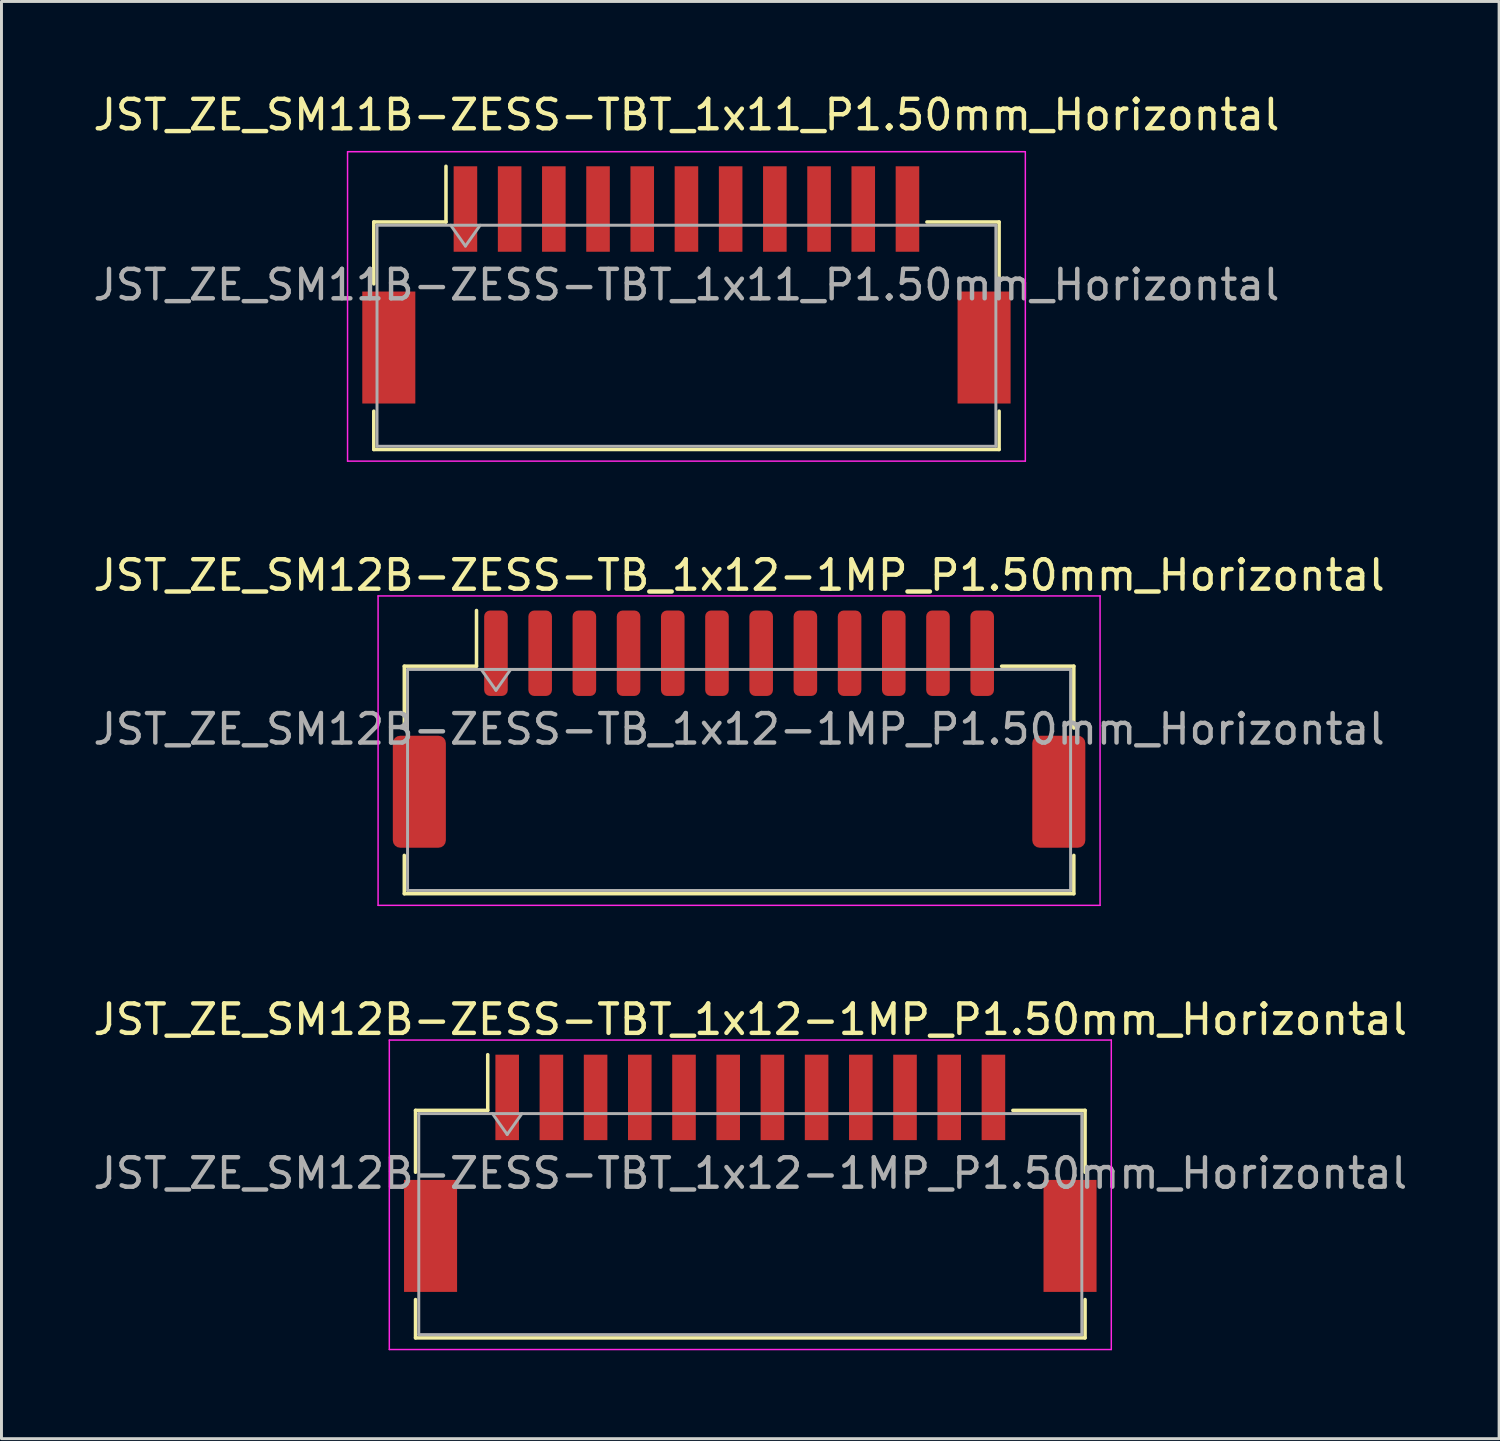
<source format=kicad_pcb>
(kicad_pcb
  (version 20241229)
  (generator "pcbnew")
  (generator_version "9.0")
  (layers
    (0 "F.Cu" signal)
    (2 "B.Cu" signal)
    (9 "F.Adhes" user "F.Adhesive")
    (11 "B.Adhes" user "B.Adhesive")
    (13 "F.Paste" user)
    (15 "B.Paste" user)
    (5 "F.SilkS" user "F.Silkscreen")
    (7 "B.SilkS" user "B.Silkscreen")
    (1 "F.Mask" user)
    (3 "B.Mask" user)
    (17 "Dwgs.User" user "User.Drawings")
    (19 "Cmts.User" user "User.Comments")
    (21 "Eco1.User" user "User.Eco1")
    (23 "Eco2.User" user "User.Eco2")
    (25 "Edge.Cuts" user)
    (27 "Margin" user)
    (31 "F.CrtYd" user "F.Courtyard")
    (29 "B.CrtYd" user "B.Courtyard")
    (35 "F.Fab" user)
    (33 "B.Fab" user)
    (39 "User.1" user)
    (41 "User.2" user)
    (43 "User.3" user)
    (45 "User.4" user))
  (footprint "JST_ZE_SM12B-ZESS-TB_1x12-1MP_P1.50mm_Horizontal"
    (layer "F.Cu")
    (at 22.03 21.692)
    (property "Reference" "JST_ZE_SM12B-ZESS-TB_1x12-1MP_P1.50mm_Horizontal" (at 0 -5.22 0) (layer "F.SilkS") (effects (font (size 1 1) (thickness 0.15))))
    (attr smd)
    (fp_line (start -11.36 -2.135) (end -8.91 -2.135) (stroke (width 0.12) (type solid)) (layer "F.SilkS"))
    (fp_line (start -11.36 -0.035) (end -11.36 -2.135) (stroke (width 0.12) (type solid)) (layer "F.SilkS"))
    (fp_line (start -11.36 4.285) (end -11.36 5.585) (stroke (width 0.12) (type solid)) (layer "F.SilkS"))
    (fp_line (start -11.36 5.585) (end 11.36 5.585) (stroke (width 0.12) (type solid)) (layer "F.SilkS"))
    (fp_line (start -8.91 -2.135) (end -8.91 -4.025) (stroke (width 0.12) (type solid)) (layer "F.SilkS"))
    (fp_line (start 11.36 -2.135) (end 8.91 -2.135) (stroke (width 0.12) (type solid)) (layer "F.SilkS"))
    (fp_line (start 11.36 -0.035) (end 11.36 -2.135) (stroke (width 0.12) (type solid)) (layer "F.SilkS"))
    (fp_line (start 11.36 5.585) (end 11.36 4.285) (stroke (width 0.12) (type solid)) (layer "F.SilkS"))
    (fp_line (start -12.25 -4.52) (end -12.25 5.98) (stroke (width 0.05) (type solid)) (layer "F.CrtYd"))
    (fp_line (start -12.25 5.98) (end 12.25 5.98) (stroke (width 0.05) (type solid)) (layer "F.CrtYd"))
    (fp_line (start 12.25 -4.52) (end -12.25 -4.52) (stroke (width 0.05) (type solid)) (layer "F.CrtYd"))
    (fp_line (start 12.25 5.98) (end 12.25 -4.52) (stroke (width 0.05) (type solid)) (layer "F.CrtYd"))
    (fp_line (start -11.25 -2.025) (end -11.25 5.475) (stroke (width 0.1) (type solid)) (layer "F.Fab"))
    (fp_line (start -11.25 -2.025) (end 11.25 -2.025) (stroke (width 0.1) (type solid)) (layer "F.Fab"))
    (fp_line (start -11.25 5.475) (end 11.25 5.475) (stroke (width 0.1) (type solid)) (layer "F.Fab"))
    (fp_line (start -8.75 -2.025) (end -8.25 -1.318) (stroke (width 0.1) (type solid)) (layer "F.Fab"))
    (fp_line (start -8.25 -1.318) (end -7.75 -2.025) (stroke (width 0.1) (type solid)) (layer "F.Fab"))
    (fp_line (start 11.25 -2.025) (end 11.25 5.475) (stroke (width 0.1) (type solid)) (layer "F.Fab"))
    (fp_text user "${REFERENCE}" (at 0 0 0) (layer "F.Fab") (effects (font (size 1 1) (thickness 0.15))))
    (pad "1" smd roundrect (at -8.25 -2.575) (size 0.8 2.9) (layers "F.Cu" "F.Mask" "F.Paste") (roundrect_rratio 0.25))
    (pad "2" smd roundrect (at -6.75 -2.575) (size 0.8 2.9) (layers "F.Cu" "F.Mask" "F.Paste") (roundrect_rratio 0.25))
    (pad "3" smd roundrect (at -5.25 -2.575) (size 0.8 2.9) (layers "F.Cu" "F.Mask" "F.Paste") (roundrect_rratio 0.25))
    (pad "4" smd roundrect (at -3.75 -2.575) (size 0.8 2.9) (layers "F.Cu" "F.Mask" "F.Paste") (roundrect_rratio 0.25))
    (pad "5" smd roundrect (at -2.25 -2.575) (size 0.8 2.9) (layers "F.Cu" "F.Mask" "F.Paste") (roundrect_rratio 0.25))
    (pad "6" smd roundrect (at -0.75 -2.575) (size 0.8 2.9) (layers "F.Cu" "F.Mask" "F.Paste") (roundrect_rratio 0.25))
    (pad "7" smd roundrect (at 0.75 -2.575) (size 0.8 2.9) (layers "F.Cu" "F.Mask" "F.Paste") (roundrect_rratio 0.25))
    (pad "8" smd roundrect (at 2.25 -2.575) (size 0.8 2.9) (layers "F.Cu" "F.Mask" "F.Paste") (roundrect_rratio 0.25))
    (pad "9" smd roundrect (at 3.75 -2.575) (size 0.8 2.9) (layers "F.Cu" "F.Mask" "F.Paste") (roundrect_rratio 0.25))
    (pad "10" smd roundrect (at 5.25 -2.575) (size 0.8 2.9) (layers "F.Cu" "F.Mask" "F.Paste") (roundrect_rratio 0.25))
    (pad "11" smd roundrect (at 6.75 -2.575) (size 0.8 2.9) (layers "F.Cu" "F.Mask" "F.Paste") (roundrect_rratio 0.25))
    (pad "12" smd roundrect (at 8.25 -2.575) (size 0.8 2.9) (layers "F.Cu" "F.Mask" "F.Paste") (roundrect_rratio 0.25))
    (pad "MP" smd roundrect (at -10.85 2.125) (size 1.8 3.8) (layers "F.Cu" "F.Mask" "F.Paste") (roundrect_rratio 0.139))
    (pad "MP" smd roundrect (at 10.85 2.125) (size 1.8 3.8) (layers "F.Cu" "F.Mask" "F.Paste") (roundrect_rratio 0.139)))
  (footprint "JST_ZE_SM11B-ZESS-TBT_1x11_P1.50mm_Horizontal"
    (layer "F.Cu")
    (at 20.244 6.618)
    (property "Reference" "JST_ZE_SM11B-ZESS-TBT_1x11_P1.50mm_Horizontal" (at 0 -5.77 0) (layer "F.SilkS") (effects (font (size 1 1) (thickness 0.15))))
    (attr smd)
    (fp_line (start -10.61 -2.135) (end -8.16 -2.135) (stroke (width 0.12) (type solid)) (layer "F.SilkS"))
    (fp_line (start -10.61 -0.035) (end -10.61 -2.135) (stroke (width 0.12) (type solid)) (layer "F.SilkS"))
    (fp_line (start -10.61 4.285) (end -10.61 5.585) (stroke (width 0.12) (type solid)) (layer "F.SilkS"))
    (fp_line (start -10.61 5.585) (end 10.61 5.585) (stroke (width 0.12) (type solid)) (layer "F.SilkS"))
    (fp_line (start -8.16 -2.135) (end -8.16 -4.025) (stroke (width 0.12) (type solid)) (layer "F.SilkS"))
    (fp_line (start 10.61 -2.135) (end 8.16 -2.135) (stroke (width 0.12) (type solid)) (layer "F.SilkS"))
    (fp_line (start 10.61 -0.035) (end 10.61 -2.135) (stroke (width 0.12) (type solid)) (layer "F.SilkS"))
    (fp_line (start 10.61 5.585) (end 10.61 4.285) (stroke (width 0.12) (type solid)) (layer "F.SilkS"))
    (fp_line (start -11.5 -4.52) (end -11.5 5.98) (stroke (width 0.05) (type solid)) (layer "F.CrtYd"))
    (fp_line (start -11.5 5.98) (end 11.5 5.98) (stroke (width 0.05) (type solid)) (layer "F.CrtYd"))
    (fp_line (start 11.5 -4.52) (end -11.5 -4.52) (stroke (width 0.05) (type solid)) (layer "F.CrtYd"))
    (fp_line (start 11.5 5.98) (end 11.5 -4.52) (stroke (width 0.05) (type solid)) (layer "F.CrtYd"))
    (fp_line (start -10.5 -2.025) (end -10.5 5.475) (stroke (width 0.1) (type solid)) (layer "F.Fab"))
    (fp_line (start -10.5 -2.025) (end 10.5 -2.025) (stroke (width 0.1) (type solid)) (layer "F.Fab"))
    (fp_line (start -10.5 5.475) (end 10.5 5.475) (stroke (width 0.1) (type solid)) (layer "F.Fab"))
    (fp_line (start -8 -2.025) (end -7.5 -1.318) (stroke (width 0.1) (type solid)) (layer "F.Fab"))
    (fp_line (start -7.5 -1.318) (end -7 -2.025) (stroke (width 0.1) (type solid)) (layer "F.Fab"))
    (fp_line (start 10.5 -2.025) (end 10.5 5.475) (stroke (width 0.1) (type solid)) (layer "F.Fab"))
    (fp_text user "${REFERENCE}" (at 0 0 0) (layer "F.Fab") (effects (font (size 1 1) (thickness 0.15))))
    (pad "" smd rect (at -10.1 2.125) (size 1.8 3.8) (layers "F.Cu" "F.Mask" "F.Paste"))
    (pad "" smd rect (at 10.1 2.125) (size 1.8 3.8) (layers "F.Cu" "F.Mask" "F.Paste"))
    (pad "1" smd rect (at -7.5 -2.575) (size 0.8 2.9) (layers "F.Cu" "F.Mask" "F.Paste"))
    (pad "2" smd rect (at -6 -2.575) (size 0.8 2.9) (layers "F.Cu" "F.Mask" "F.Paste"))
    (pad "3" smd rect (at -4.5 -2.575) (size 0.8 2.9) (layers "F.Cu" "F.Mask" "F.Paste"))
    (pad "4" smd rect (at -3 -2.575) (size 0.8 2.9) (layers "F.Cu" "F.Mask" "F.Paste"))
    (pad "5" smd rect (at -1.5 -2.575) (size 0.8 2.9) (layers "F.Cu" "F.Mask" "F.Paste"))
    (pad "6" smd rect (at 0 -2.575) (size 0.8 2.9) (layers "F.Cu" "F.Mask" "F.Paste"))
    (pad "7" smd rect (at 1.5 -2.575) (size 0.8 2.9) (layers "F.Cu" "F.Mask" "F.Paste"))
    (pad "8" smd rect (at 3 -2.575) (size 0.8 2.9) (layers "F.Cu" "F.Mask" "F.Paste"))
    (pad "9" smd rect (at 4.5 -2.575) (size 0.8 2.9) (layers "F.Cu" "F.Mask" "F.Paste"))
    (pad "10" smd rect (at 6 -2.575) (size 0.8 2.9) (layers "F.Cu" "F.Mask" "F.Paste"))
    (pad "11" smd rect (at 7.5 -2.575) (size 0.8 2.9) (layers "F.Cu" "F.Mask" "F.Paste")))
  (footprint "JST_ZE_SM12B-ZESS-TBT_1x12-1MP_P1.50mm_Horizontal"
    (layer "F.Cu")
    (at 22.411 36.765)
    (property "Reference" "JST_ZE_SM12B-ZESS-TBT_1x12-1MP_P1.50mm_Horizontal" (at 0 -5.22 0) (layer "F.SilkS") (effects (font (size 1 1) (thickness 0.15))))
    (attr smd)
    (fp_line (start -11.36 -2.135) (end -8.91 -2.135) (stroke (width 0.12) (type solid)) (layer "F.SilkS"))
    (fp_line (start -11.36 -0.035) (end -11.36 -2.135) (stroke (width 0.12) (type solid)) (layer "F.SilkS"))
    (fp_line (start -11.36 4.285) (end -11.36 5.585) (stroke (width 0.12) (type solid)) (layer "F.SilkS"))
    (fp_line (start -11.36 5.585) (end 11.36 5.585) (stroke (width 0.12) (type solid)) (layer "F.SilkS"))
    (fp_line (start -8.91 -2.135) (end -8.91 -4.025) (stroke (width 0.12) (type solid)) (layer "F.SilkS"))
    (fp_line (start 11.36 -2.135) (end 8.91 -2.135) (stroke (width 0.12) (type solid)) (layer "F.SilkS"))
    (fp_line (start 11.36 -0.035) (end 11.36 -2.135) (stroke (width 0.12) (type solid)) (layer "F.SilkS"))
    (fp_line (start 11.36 5.585) (end 11.36 4.285) (stroke (width 0.12) (type solid)) (layer "F.SilkS"))
    (fp_line (start -12.25 -4.52) (end -12.25 5.98) (stroke (width 0.05) (type solid)) (layer "F.CrtYd"))
    (fp_line (start -12.25 5.98) (end 12.25 5.98) (stroke (width 0.05) (type solid)) (layer "F.CrtYd"))
    (fp_line (start 12.25 -4.52) (end -12.25 -4.52) (stroke (width 0.05) (type solid)) (layer "F.CrtYd"))
    (fp_line (start 12.25 5.98) (end 12.25 -4.52) (stroke (width 0.05) (type solid)) (layer "F.CrtYd"))
    (fp_line (start -11.25 -2.025) (end -11.25 5.475) (stroke (width 0.1) (type solid)) (layer "F.Fab"))
    (fp_line (start -11.25 -2.025) (end 11.25 -2.025) (stroke (width 0.1) (type solid)) (layer "F.Fab"))
    (fp_line (start -11.25 5.475) (end 11.25 5.475) (stroke (width 0.1) (type solid)) (layer "F.Fab"))
    (fp_line (start -8.75 -2.025) (end -8.25 -1.318) (stroke (width 0.1) (type solid)) (layer "F.Fab"))
    (fp_line (start -8.25 -1.318) (end -7.75 -2.025) (stroke (width 0.1) (type solid)) (layer "F.Fab"))
    (fp_line (start 11.25 -2.025) (end 11.25 5.475) (stroke (width 0.1) (type solid)) (layer "F.Fab"))
    (fp_text user "${REFERENCE}" (at 0 0 0) (layer "F.Fab") (effects (font (size 1 1) (thickness 0.15))))
    (pad "1" smd rect (at -8.25 -2.575) (size 0.8 2.9) (layers "F.Cu" "F.Mask" "F.Paste"))
    (pad "2" smd rect (at -6.75 -2.575) (size 0.8 2.9) (layers "F.Cu" "F.Mask" "F.Paste"))
    (pad "3" smd rect (at -5.25 -2.575) (size 0.8 2.9) (layers "F.Cu" "F.Mask" "F.Paste"))
    (pad "4" smd rect (at -3.75 -2.575) (size 0.8 2.9) (layers "F.Cu" "F.Mask" "F.Paste"))
    (pad "5" smd rect (at -2.25 -2.575) (size 0.8 2.9) (layers "F.Cu" "F.Mask" "F.Paste"))
    (pad "6" smd rect (at -0.75 -2.575) (size 0.8 2.9) (layers "F.Cu" "F.Mask" "F.Paste"))
    (pad "7" smd rect (at 0.75 -2.575) (size 0.8 2.9) (layers "F.Cu" "F.Mask" "F.Paste"))
    (pad "8" smd rect (at 2.25 -2.575) (size 0.8 2.9) (layers "F.Cu" "F.Mask" "F.Paste"))
    (pad "9" smd rect (at 3.75 -2.575) (size 0.8 2.9) (layers "F.Cu" "F.Mask" "F.Paste"))
    (pad "10" smd rect (at 5.25 -2.575) (size 0.8 2.9) (layers "F.Cu" "F.Mask" "F.Paste"))
    (pad "11" smd rect (at 6.75 -2.575) (size 0.8 2.9) (layers "F.Cu" "F.Mask" "F.Paste"))
    (pad "12" smd rect (at 8.25 -2.575) (size 0.8 2.9) (layers "F.Cu" "F.Mask" "F.Paste"))
    (pad "MP" smd rect (at -10.85 2.125) (size 1.8 3.8) (layers "F.Cu" "F.Mask" "F.Paste"))
    (pad "MP" smd rect (at 10.85 2.125) (size 1.8 3.8) (layers "F.Cu" "F.Mask" "F.Paste")))
  (gr_rect
    (start -3 -3)
    (end 47.821 45.77)
    (stroke (width 0.1) (type default))
    (fill no)
    (layer "Edge.Cuts")))
</source>
